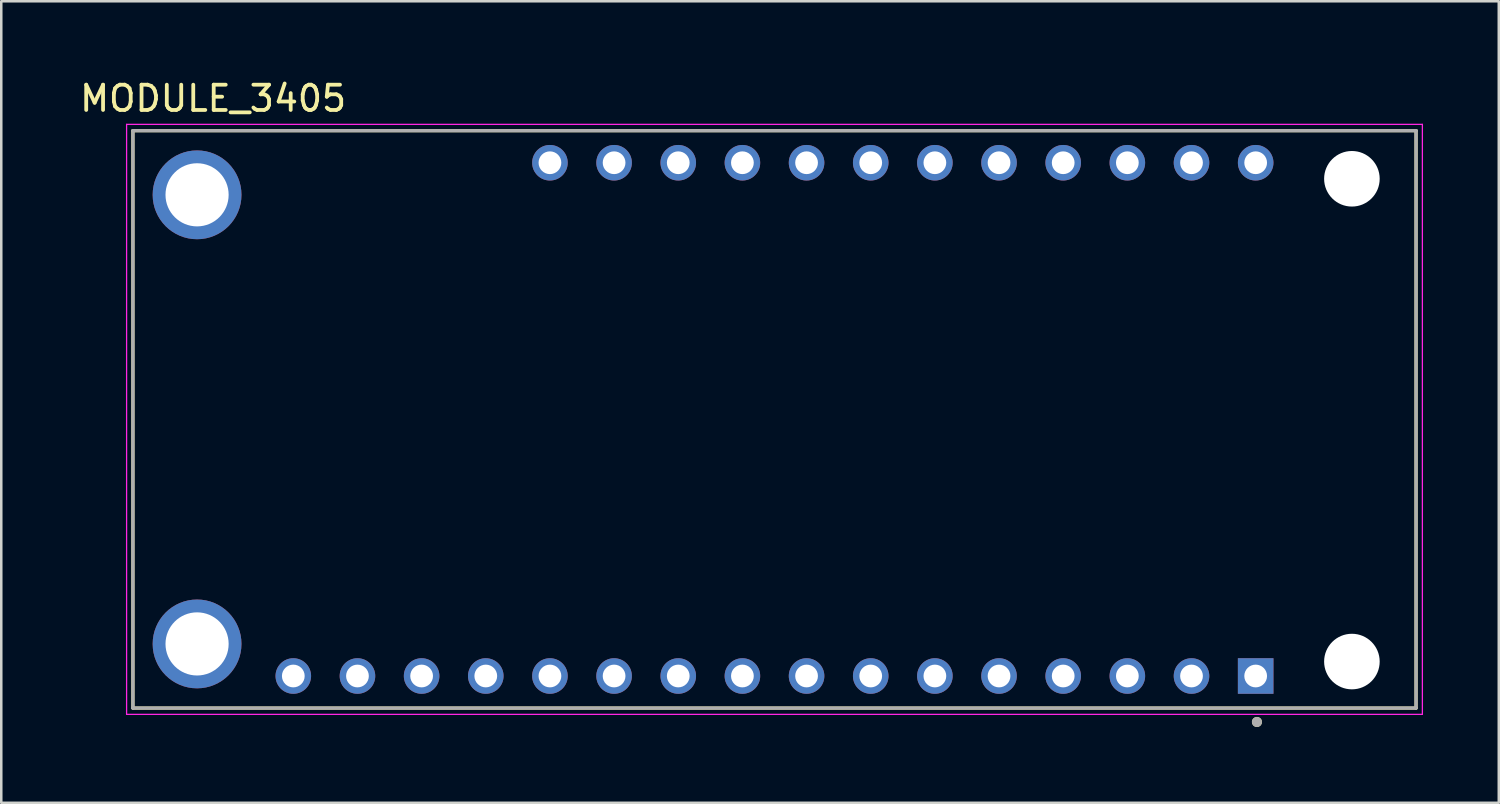
<source format=kicad_pcb>
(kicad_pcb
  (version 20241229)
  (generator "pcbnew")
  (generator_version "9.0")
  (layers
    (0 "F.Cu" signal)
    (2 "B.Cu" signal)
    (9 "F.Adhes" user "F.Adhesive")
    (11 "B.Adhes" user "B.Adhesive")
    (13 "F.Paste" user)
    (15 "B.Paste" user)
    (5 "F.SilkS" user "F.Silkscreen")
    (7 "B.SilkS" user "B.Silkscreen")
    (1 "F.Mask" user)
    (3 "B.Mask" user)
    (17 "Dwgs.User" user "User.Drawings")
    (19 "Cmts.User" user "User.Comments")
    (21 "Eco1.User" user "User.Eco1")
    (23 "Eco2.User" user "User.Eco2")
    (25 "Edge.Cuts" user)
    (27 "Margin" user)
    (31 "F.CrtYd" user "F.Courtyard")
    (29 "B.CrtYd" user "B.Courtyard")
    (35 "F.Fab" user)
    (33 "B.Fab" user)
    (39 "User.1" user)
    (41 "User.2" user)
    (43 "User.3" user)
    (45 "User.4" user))
  (footprint "MODULE_3405"
    (layer "F.Cu")
    (at 27.612 13.553)
    (property "Reference" "MODULE_3405" (at -22.225 -12.705 0) (layer "F.SilkS") (effects (font (size 1 1) (thickness 0.15))))
    (attr through_hole)
    (fp_line (start -25.4 -11.43) (end 25.4 -11.43) (stroke (width 0.127) (type solid)) (layer "F.SilkS"))
    (fp_line (start -25.4 11.43) (end -25.4 -11.43) (stroke (width 0.127) (type solid)) (layer "F.SilkS"))
    (fp_line (start 25.4 -11.43) (end 25.4 11.43) (stroke (width 0.127) (type solid)) (layer "F.SilkS"))
    (fp_line (start 25.4 11.43) (end -25.4 11.43) (stroke (width 0.127) (type solid)) (layer "F.SilkS"))
    (fp_circle (center 19.1 11.98) (end 19.2 11.98) (stroke (width 0.2) (type solid)) (fill no) (layer "F.SilkS"))
    (fp_line (start -25.65 -11.68) (end 25.65 -11.68) (stroke (width 0.05) (type solid)) (layer "F.CrtYd"))
    (fp_line (start -25.65 11.68) (end -25.65 -11.68) (stroke (width 0.05) (type solid)) (layer "F.CrtYd"))
    (fp_line (start 25.65 -11.68) (end 25.65 11.68) (stroke (width 0.05) (type solid)) (layer "F.CrtYd"))
    (fp_line (start 25.65 11.68) (end -25.65 11.68) (stroke (width 0.05) (type solid)) (layer "F.CrtYd"))
    (fp_line (start -25.4 -11.43) (end 25.4 -11.43) (stroke (width 0.127) (type solid)) (layer "F.Fab"))
    (fp_line (start -25.4 11.43) (end -25.4 -11.43) (stroke (width 0.127) (type solid)) (layer "F.Fab"))
    (fp_line (start 25.4 -11.43) (end 25.4 11.43) (stroke (width 0.127) (type solid)) (layer "F.Fab"))
    (fp_line (start 25.4 11.43) (end -25.4 11.43) (stroke (width 0.127) (type solid)) (layer "F.Fab"))
    (fp_circle (center 19.1 11.98) (end 19.2 11.98) (stroke (width 0.2) (type solid)) (fill no) (layer "F.Fab"))
    (pad "" np_thru_hole circle (at 22.86 -9.525) (size 2.2 2.2) (drill 2.2) (layers "*.Cu" "*.Mask"))
    (pad "" np_thru_hole circle (at 22.86 9.588) (size 2.2 2.2) (drill 2.2) (layers "*.Cu" "*.Mask"))
    (pad "1" thru_hole rect (at 19.05 10.16) (size 1.408 1.408) (drill 0.9) (layers "*.Cu" "*.Mask"))
    (pad "2" thru_hole circle (at 16.51 10.16) (size 1.408 1.408) (drill 0.9) (layers "*.Cu" "*.Mask"))
    (pad "3" thru_hole circle (at 13.97 10.16) (size 1.408 1.408) (drill 0.9) (layers "*.Cu" "*.Mask"))
    (pad "4" thru_hole circle (at 11.43 10.16) (size 1.408 1.408) (drill 0.9) (layers "*.Cu" "*.Mask"))
    (pad "5" thru_hole circle (at 8.89 10.16) (size 1.408 1.408) (drill 0.9) (layers "*.Cu" "*.Mask"))
    (pad "6" thru_hole circle (at 6.35 10.16) (size 1.408 1.408) (drill 0.9) (layers "*.Cu" "*.Mask"))
    (pad "7" thru_hole circle (at 3.81 10.16) (size 1.408 1.408) (drill 0.9) (layers "*.Cu" "*.Mask"))
    (pad "8" thru_hole circle (at 1.27 10.16) (size 1.408 1.408) (drill 0.9) (layers "*.Cu" "*.Mask"))
    (pad "9" thru_hole circle (at -1.27 10.16) (size 1.408 1.408) (drill 0.9) (layers "*.Cu" "*.Mask"))
    (pad "10" thru_hole circle (at -3.81 10.16) (size 1.408 1.408) (drill 0.9) (layers "*.Cu" "*.Mask"))
    (pad "11" thru_hole circle (at -6.35 10.16) (size 1.408 1.408) (drill 0.9) (layers "*.Cu" "*.Mask"))
    (pad "12" thru_hole circle (at -8.89 10.16) (size 1.408 1.408) (drill 0.9) (layers "*.Cu" "*.Mask"))
    (pad "13" thru_hole circle (at -11.43 10.16) (size 1.408 1.408) (drill 0.9) (layers "*.Cu" "*.Mask"))
    (pad "14" thru_hole circle (at -13.97 10.16) (size 1.408 1.408) (drill 0.9) (layers "*.Cu" "*.Mask"))
    (pad "15" thru_hole circle (at -16.51 10.16) (size 1.408 1.408) (drill 0.9) (layers "*.Cu" "*.Mask"))
    (pad "16" thru_hole circle (at -19.05 10.16) (size 1.408 1.408) (drill 0.9) (layers "*.Cu" "*.Mask"))
    (pad "17" thru_hole circle (at -8.89 -10.16) (size 1.408 1.408) (drill 0.9) (layers "*.Cu" "*.Mask"))
    (pad "18" thru_hole circle (at -6.35 -10.16) (size 1.408 1.408) (drill 0.9) (layers "*.Cu" "*.Mask"))
    (pad "19" thru_hole circle (at -3.81 -10.16) (size 1.408 1.408) (drill 0.9) (layers "*.Cu" "*.Mask"))
    (pad "20" thru_hole circle (at -1.27 -10.16) (size 1.408 1.408) (drill 0.9) (layers "*.Cu" "*.Mask"))
    (pad "21" thru_hole circle (at 1.27 -10.16) (size 1.408 1.408) (drill 0.9) (layers "*.Cu" "*.Mask"))
    (pad "22" thru_hole circle (at 3.81 -10.16) (size 1.408 1.408) (drill 0.9) (layers "*.Cu" "*.Mask"))
    (pad "23" thru_hole circle (at 6.35 -10.16) (size 1.408 1.408) (drill 0.9) (layers "*.Cu" "*.Mask"))
    (pad "24" thru_hole circle (at 8.89 -10.16) (size 1.408 1.408) (drill 0.9) (layers "*.Cu" "*.Mask"))
    (pad "25" thru_hole circle (at 11.43 -10.16) (size 1.408 1.408) (drill 0.9) (layers "*.Cu" "*.Mask"))
    (pad "26" thru_hole circle (at 13.97 -10.16) (size 1.408 1.408) (drill 0.9) (layers "*.Cu" "*.Mask"))
    (pad "27" thru_hole circle (at 16.51 -10.16) (size 1.408 1.408) (drill 0.9) (layers "*.Cu" "*.Mask"))
    (pad "28" thru_hole circle (at 19.05 -10.16) (size 1.408 1.408) (drill 0.9) (layers "*.Cu" "*.Mask"))
    (pad "P1" thru_hole circle (at -22.86 8.89) (size 3.516 3.516) (drill 2.5) (layers "*.Cu" "*.Mask"))
    (pad "P2" thru_hole circle (at -22.86 -8.89) (size 3.516 3.516) (drill 2.5) (layers "*.Cu" "*.Mask")))
  (gr_rect
    (start -3 -3)
    (end 56.287 28.733)
    (stroke (width 0.1) (type default))
    (fill no)
    (layer "Edge.Cuts")))
</source>
